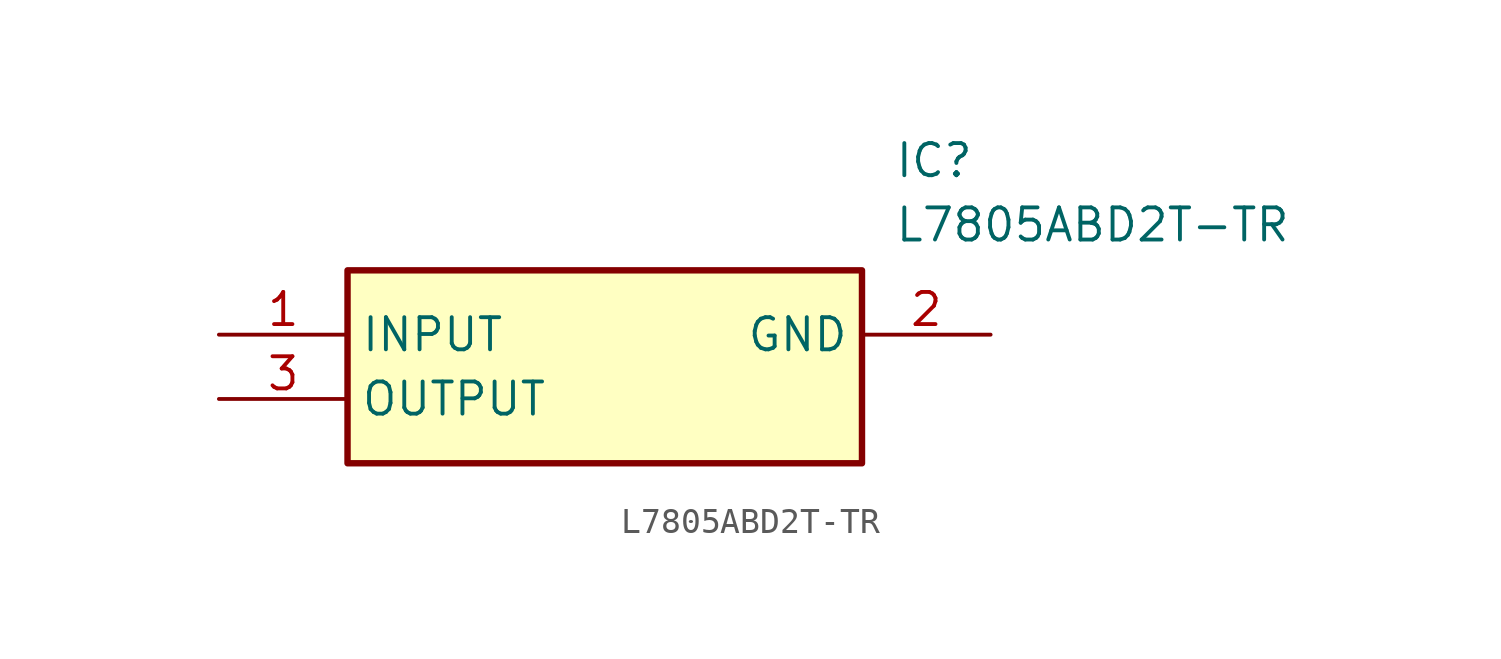
<source format=kicad_sym>
(kicad_symbol_lib
  (version 20211014)
  (generator SamacSys_ECAD_Model)
  (symbol "L7805ABD2T-TR"
    (property "Reference" "IC"
      (at 26.67 7.62 0)
      (effects (font (size 1.27 1.27)) (justify left top)))
    (property "Value" "L7805ABD2T-TR"
      (at 26.67 5.08 0)
      (effects (font (size 1.27 1.27)) (justify left top)))
    (rectangle
      (start 5.08 2.54)
      (end 25.4 -5.08)
      (stroke (width 0.254) (type default))
      (fill (type background)))
    (pin passive line
      (at 0 0 0)
      (length 5.08)
      (name "INPUT" (effects (font (size 1.27 1.27))))
      (number "1" (effects (font (size 1.27 1.27)))))
    (pin passive line
      (at 30.48 0 180)
      (length 5.08)
      (name "GND" (effects (font (size 1.27 1.27))))
      (number "2" (effects (font (size 1.27 1.27)))))
    (pin passive line
      (at 0 -2.54 0)
      (length 5.08)
      (name "OUTPUT" (effects (font (size 1.27 1.27))))
      (number "3" (effects (font (size 1.27 1.27)))))))
</source>
